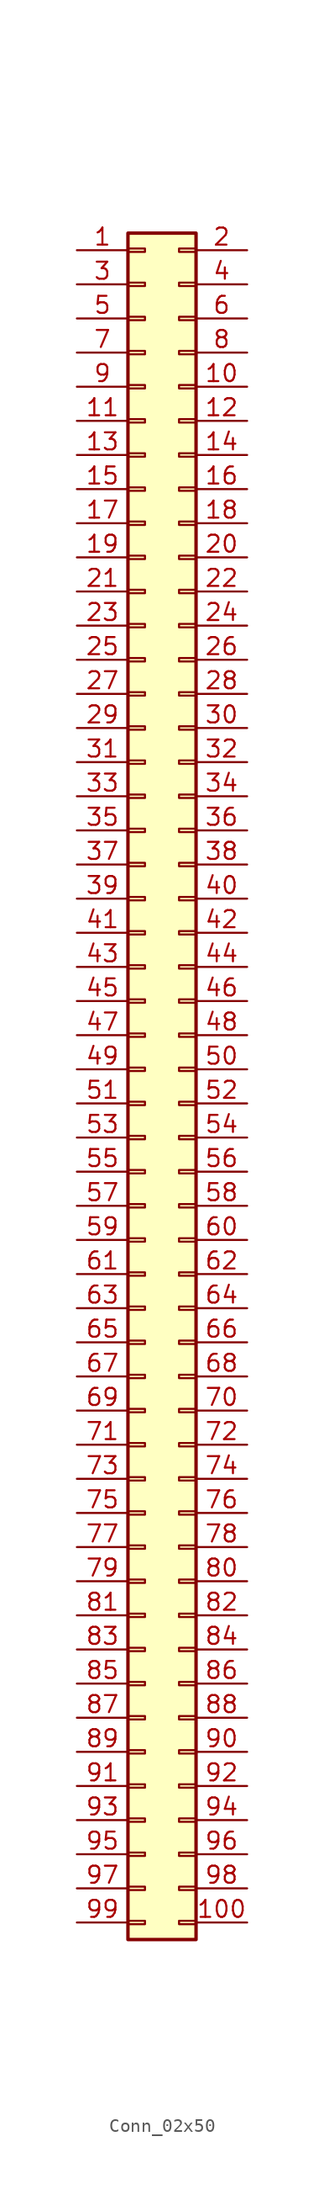
<source format=kicad_sym>
(kicad_symbol_lib
  (version 20241209)
  (generator "kicad_symbol_editor")
  (generator_version "9.0")
  (symbol "Conn_02x50"
    (pin_names
      (offset 1.016)
      (hide yes))
    (property "Reference" "J"
      (at 0 64.77 0)
      (effects (font (size 1.27 1.27)) (hide yes)))
    (symbol "Conn_02x50_0_1"
      (rectangle (start -2.54 63.5) (end 2.54 -63.5) (stroke (width 0.254) (type default)) (fill (type background))))
    (symbol "Conn_02x50_1_1"
      (rectangle (start -2.54 62.357) (end -1.27 62.103) (stroke (width 0.152) (type default)) (fill (type none)))
      (rectangle (start -2.54 59.817) (end -1.27 59.563) (stroke (width 0.152) (type default)) (fill (type none)))
      (rectangle (start -2.54 57.277) (end -1.27 57.023) (stroke (width 0.152) (type default)) (fill (type none)))
      (rectangle (start -2.54 54.737) (end -1.27 54.483) (stroke (width 0.152) (type default)) (fill (type none)))
      (rectangle (start -2.54 52.197) (end -1.27 51.943) (stroke (width 0.152) (type default)) (fill (type none)))
      (rectangle (start -2.54 49.657) (end -1.27 49.403) (stroke (width 0.152) (type default)) (fill (type none)))
      (rectangle (start -2.54 47.117) (end -1.27 46.863) (stroke (width 0.152) (type default)) (fill (type none)))
      (rectangle (start -2.54 44.577) (end -1.27 44.323) (stroke (width 0.152) (type default)) (fill (type none)))
      (rectangle (start -2.54 42.037) (end -1.27 41.783) (stroke (width 0.152) (type default)) (fill (type none)))
      (rectangle (start -2.54 39.497) (end -1.27 39.243) (stroke (width 0.152) (type default)) (fill (type none)))
      (rectangle (start -2.54 36.957) (end -1.27 36.703) (stroke (width 0.152) (type default)) (fill (type none)))
      (rectangle (start -2.54 34.417) (end -1.27 34.163) (stroke (width 0.152) (type default)) (fill (type none)))
      (rectangle (start -2.54 31.877) (end -1.27 31.623) (stroke (width 0.152) (type default)) (fill (type none)))
      (rectangle (start -2.54 29.337) (end -1.27 29.083) (stroke (width 0.152) (type default)) (fill (type none)))
      (rectangle (start -2.54 26.797) (end -1.27 26.543) (stroke (width 0.152) (type default)) (fill (type none)))
      (rectangle (start -2.54 24.257) (end -1.27 24.003) (stroke (width 0.152) (type default)) (fill (type none)))
      (rectangle (start -2.54 21.717) (end -1.27 21.463) (stroke (width 0.152) (type default)) (fill (type none)))
      (rectangle (start -2.54 19.177) (end -1.27 18.923) (stroke (width 0.152) (type default)) (fill (type none)))
      (rectangle (start -2.54 16.637) (end -1.27 16.383) (stroke (width 0.152) (type default)) (fill (type none)))
      (rectangle (start -2.54 14.097) (end -1.27 13.843) (stroke (width 0.152) (type default)) (fill (type none)))
      (rectangle (start -2.54 11.557) (end -1.27 11.303) (stroke (width 0.152) (type default)) (fill (type none)))
      (rectangle (start -2.54 9.017) (end -1.27 8.763) (stroke (width 0.152) (type default)) (fill (type none)))
      (rectangle (start -2.54 6.477) (end -1.27 6.223) (stroke (width 0.152) (type default)) (fill (type none)))
      (rectangle (start -2.54 3.937) (end -1.27 3.683) (stroke (width 0.152) (type default)) (fill (type none)))
      (rectangle (start -2.54 1.397) (end -1.27 1.143) (stroke (width 0.152) (type default)) (fill (type none)))
      (rectangle (start -2.54 -1.143) (end -1.27 -1.397) (stroke (width 0.152) (type default)) (fill (type none)))
      (rectangle (start -2.54 -3.683) (end -1.27 -3.937) (stroke (width 0.152) (type default)) (fill (type none)))
      (rectangle (start -2.54 -6.223) (end -1.27 -6.477) (stroke (width 0.152) (type default)) (fill (type none)))
      (rectangle (start -2.54 -8.763) (end -1.27 -9.017) (stroke (width 0.152) (type default)) (fill (type none)))
      (rectangle (start -2.54 -11.303) (end -1.27 -11.557) (stroke (width 0.152) (type default)) (fill (type none)))
      (rectangle (start -2.54 -13.843) (end -1.27 -14.097) (stroke (width 0.152) (type default)) (fill (type none)))
      (rectangle (start -2.54 -16.383) (end -1.27 -16.637) (stroke (width 0.152) (type default)) (fill (type none)))
      (rectangle (start -2.54 -18.923) (end -1.27 -19.177) (stroke (width 0.152) (type default)) (fill (type none)))
      (rectangle (start -2.54 -21.463) (end -1.27 -21.717) (stroke (width 0.152) (type default)) (fill (type none)))
      (rectangle (start -2.54 -24.003) (end -1.27 -24.257) (stroke (width 0.152) (type default)) (fill (type none)))
      (rectangle (start -2.54 -26.543) (end -1.27 -26.797) (stroke (width 0.152) (type default)) (fill (type none)))
      (rectangle (start -2.54 -29.083) (end -1.27 -29.337) (stroke (width 0.152) (type default)) (fill (type none)))
      (rectangle (start -2.54 -31.623) (end -1.27 -31.877) (stroke (width 0.152) (type default)) (fill (type none)))
      (rectangle (start -2.54 -34.163) (end -1.27 -34.417) (stroke (width 0.152) (type default)) (fill (type none)))
      (rectangle (start -2.54 -36.703) (end -1.27 -36.957) (stroke (width 0.152) (type default)) (fill (type none)))
      (rectangle (start -2.54 -39.243) (end -1.27 -39.497) (stroke (width 0.152) (type default)) (fill (type none)))
      (rectangle (start -2.54 -41.783) (end -1.27 -42.037) (stroke (width 0.152) (type default)) (fill (type none)))
      (rectangle (start -2.54 -44.323) (end -1.27 -44.577) (stroke (width 0.152) (type default)) (fill (type none)))
      (rectangle (start -2.54 -46.863) (end -1.27 -47.117) (stroke (width 0.152) (type default)) (fill (type none)))
      (rectangle (start -2.54 -49.403) (end -1.27 -49.657) (stroke (width 0.152) (type default)) (fill (type none)))
      (rectangle (start -2.54 -51.943) (end -1.27 -52.197) (stroke (width 0.152) (type default)) (fill (type none)))
      (rectangle (start -2.54 -54.483) (end -1.27 -54.737) (stroke (width 0.152) (type default)) (fill (type none)))
      (rectangle (start -2.54 -57.023) (end -1.27 -57.277) (stroke (width 0.152) (type default)) (fill (type none)))
      (rectangle (start -2.54 -59.563) (end -1.27 -59.817) (stroke (width 0.152) (type default)) (fill (type none)))
      (rectangle (start -2.54 -62.103) (end -1.27 -62.357) (stroke (width 0.152) (type default)) (fill (type none)))
      (rectangle (start 2.54 62.357) (end 1.27 62.103) (stroke (width 0.152) (type default)) (fill (type none)))
      (rectangle (start 2.54 59.817) (end 1.27 59.563) (stroke (width 0.152) (type default)) (fill (type none)))
      (rectangle (start 2.54 57.277) (end 1.27 57.023) (stroke (width 0.152) (type default)) (fill (type none)))
      (rectangle (start 2.54 54.737) (end 1.27 54.483) (stroke (width 0.152) (type default)) (fill (type none)))
      (rectangle (start 2.54 52.197) (end 1.27 51.943) (stroke (width 0.152) (type default)) (fill (type none)))
      (rectangle (start 2.54 49.657) (end 1.27 49.403) (stroke (width 0.152) (type default)) (fill (type none)))
      (rectangle (start 2.54 47.117) (end 1.27 46.863) (stroke (width 0.152) (type default)) (fill (type none)))
      (rectangle (start 2.54 44.577) (end 1.27 44.323) (stroke (width 0.152) (type default)) (fill (type none)))
      (rectangle (start 2.54 42.037) (end 1.27 41.783) (stroke (width 0.152) (type default)) (fill (type none)))
      (rectangle (start 2.54 39.497) (end 1.27 39.243) (stroke (width 0.152) (type default)) (fill (type none)))
      (rectangle (start 2.54 36.957) (end 1.27 36.703) (stroke (width 0.152) (type default)) (fill (type none)))
      (rectangle (start 2.54 34.417) (end 1.27 34.163) (stroke (width 0.152) (type default)) (fill (type none)))
      (rectangle (start 2.54 31.877) (end 1.27 31.623) (stroke (width 0.152) (type default)) (fill (type none)))
      (rectangle (start 2.54 29.337) (end 1.27 29.083) (stroke (width 0.152) (type default)) (fill (type none)))
      (rectangle (start 2.54 26.797) (end 1.27 26.543) (stroke (width 0.152) (type default)) (fill (type none)))
      (rectangle (start 2.54 24.257) (end 1.27 24.003) (stroke (width 0.152) (type default)) (fill (type none)))
      (rectangle (start 2.54 21.717) (end 1.27 21.463) (stroke (width 0.152) (type default)) (fill (type none)))
      (rectangle (start 2.54 19.177) (end 1.27 18.923) (stroke (width 0.152) (type default)) (fill (type none)))
      (rectangle (start 2.54 16.637) (end 1.27 16.383) (stroke (width 0.152) (type default)) (fill (type none)))
      (rectangle (start 2.54 14.097) (end 1.27 13.843) (stroke (width 0.152) (type default)) (fill (type none)))
      (rectangle (start 2.54 11.557) (end 1.27 11.303) (stroke (width 0.152) (type default)) (fill (type none)))
      (rectangle (start 2.54 9.017) (end 1.27 8.763) (stroke (width 0.152) (type default)) (fill (type none)))
      (rectangle (start 2.54 6.477) (end 1.27 6.223) (stroke (width 0.152) (type default)) (fill (type none)))
      (rectangle (start 2.54 3.937) (end 1.27 3.683) (stroke (width 0.152) (type default)) (fill (type none)))
      (rectangle (start 2.54 1.397) (end 1.27 1.143) (stroke (width 0.152) (type default)) (fill (type none)))
      (rectangle (start 2.54 -1.143) (end 1.27 -1.397) (stroke (width 0.152) (type default)) (fill (type none)))
      (rectangle (start 2.54 -3.683) (end 1.27 -3.937) (stroke (width 0.152) (type default)) (fill (type none)))
      (rectangle (start 2.54 -6.223) (end 1.27 -6.477) (stroke (width 0.152) (type default)) (fill (type none)))
      (rectangle (start 2.54 -8.763) (end 1.27 -9.017) (stroke (width 0.152) (type default)) (fill (type none)))
      (rectangle (start 2.54 -11.303) (end 1.27 -11.557) (stroke (width 0.152) (type default)) (fill (type none)))
      (rectangle (start 2.54 -13.843) (end 1.27 -14.097) (stroke (width 0.152) (type default)) (fill (type none)))
      (rectangle (start 2.54 -16.383) (end 1.27 -16.637) (stroke (width 0.152) (type default)) (fill (type none)))
      (rectangle (start 2.54 -18.923) (end 1.27 -19.177) (stroke (width 0.152) (type default)) (fill (type none)))
      (rectangle (start 2.54 -21.463) (end 1.27 -21.717) (stroke (width 0.152) (type default)) (fill (type none)))
      (rectangle (start 2.54 -24.003) (end 1.27 -24.257) (stroke (width 0.152) (type default)) (fill (type none)))
      (rectangle (start 2.54 -26.543) (end 1.27 -26.797) (stroke (width 0.152) (type default)) (fill (type none)))
      (rectangle (start 2.54 -29.083) (end 1.27 -29.337) (stroke (width 0.152) (type default)) (fill (type none)))
      (rectangle (start 2.54 -31.623) (end 1.27 -31.877) (stroke (width 0.152) (type default)) (fill (type none)))
      (rectangle (start 2.54 -34.163) (end 1.27 -34.417) (stroke (width 0.152) (type default)) (fill (type none)))
      (rectangle (start 2.54 -36.703) (end 1.27 -36.957) (stroke (width 0.152) (type default)) (fill (type none)))
      (rectangle (start 2.54 -39.243) (end 1.27 -39.497) (stroke (width 0.152) (type default)) (fill (type none)))
      (rectangle (start 2.54 -41.783) (end 1.27 -42.037) (stroke (width 0.152) (type default)) (fill (type none)))
      (rectangle (start 2.54 -44.323) (end 1.27 -44.577) (stroke (width 0.152) (type default)) (fill (type none)))
      (rectangle (start 2.54 -46.863) (end 1.27 -47.117) (stroke (width 0.152) (type default)) (fill (type none)))
      (rectangle (start 2.54 -49.403) (end 1.27 -49.657) (stroke (width 0.152) (type default)) (fill (type none)))
      (rectangle (start 2.54 -51.943) (end 1.27 -52.197) (stroke (width 0.152) (type default)) (fill (type none)))
      (rectangle (start 2.54 -54.483) (end 1.27 -54.737) (stroke (width 0.152) (type default)) (fill (type none)))
      (rectangle (start 2.54 -57.023) (end 1.27 -57.277) (stroke (width 0.152) (type default)) (fill (type none)))
      (rectangle (start 2.54 -59.563) (end 1.27 -59.817) (stroke (width 0.152) (type default)) (fill (type none)))
      (rectangle (start 2.54 -62.103) (end 1.27 -62.357) (stroke (width 0.152) (type default)) (fill (type none)))
      (pin passive line (at -6.35 62.23 0) (length 3.81) (name "Pin_1" (effects (font (size 1.27 1.27)))) (number "1" (effects (font (size 1.27 1.27)))))
      (pin passive line (at -6.35 59.69 0) (length 3.81) (name "Pin_3" (effects (font (size 1.27 1.27)))) (number "3" (effects (font (size 1.27 1.27)))))
      (pin passive line (at -6.35 57.15 0) (length 3.81) (name "Pin_5" (effects (font (size 1.27 1.27)))) (number "5" (effects (font (size 1.27 1.27)))))
      (pin passive line (at -6.35 54.61 0) (length 3.81) (name "Pin_7" (effects (font (size 1.27 1.27)))) (number "7" (effects (font (size 1.27 1.27)))))
      (pin passive line (at -6.35 52.07 0) (length 3.81) (name "Pin_9" (effects (font (size 1.27 1.27)))) (number "9" (effects (font (size 1.27 1.27)))))
      (pin passive line (at -6.35 49.53 0) (length 3.81) (name "Pin_11" (effects (font (size 1.27 1.27)))) (number "11" (effects (font (size 1.27 1.27)))))
      (pin passive line (at -6.35 46.99 0) (length 3.81) (name "Pin_13" (effects (font (size 1.27 1.27)))) (number "13" (effects (font (size 1.27 1.27)))))
      (pin passive line (at -6.35 44.45 0) (length 3.81) (name "Pin_15" (effects (font (size 1.27 1.27)))) (number "15" (effects (font (size 1.27 1.27)))))
      (pin passive line (at -6.35 41.91 0) (length 3.81) (name "Pin_17" (effects (font (size 1.27 1.27)))) (number "17" (effects (font (size 1.27 1.27)))))
      (pin passive line (at -6.35 39.37 0) (length 3.81) (name "Pin_19" (effects (font (size 1.27 1.27)))) (number "19" (effects (font (size 1.27 1.27)))))
      (pin passive line (at -6.35 36.83 0) (length 3.81) (name "Pin_21" (effects (font (size 1.27 1.27)))) (number "21" (effects (font (size 1.27 1.27)))))
      (pin passive line (at -6.35 34.29 0) (length 3.81) (name "Pin_23" (effects (font (size 1.27 1.27)))) (number "23" (effects (font (size 1.27 1.27)))))
      (pin passive line (at -6.35 31.75 0) (length 3.81) (name "Pin_25" (effects (font (size 1.27 1.27)))) (number "25" (effects (font (size 1.27 1.27)))))
      (pin passive line (at -6.35 29.21 0) (length 3.81) (name "Pin_27" (effects (font (size 1.27 1.27)))) (number "27" (effects (font (size 1.27 1.27)))))
      (pin passive line (at -6.35 26.67 0) (length 3.81) (name "Pin_29" (effects (font (size 1.27 1.27)))) (number "29" (effects (font (size 1.27 1.27)))))
      (pin passive line (at -6.35 24.13 0) (length 3.81) (name "Pin_31" (effects (font (size 1.27 1.27)))) (number "31" (effects (font (size 1.27 1.27)))))
      (pin passive line (at -6.35 21.59 0) (length 3.81) (name "Pin_33" (effects (font (size 1.27 1.27)))) (number "33" (effects (font (size 1.27 1.27)))))
      (pin passive line (at -6.35 19.05 0) (length 3.81) (name "Pin_35" (effects (font (size 1.27 1.27)))) (number "35" (effects (font (size 1.27 1.27)))))
      (pin passive line (at -6.35 16.51 0) (length 3.81) (name "Pin_37" (effects (font (size 1.27 1.27)))) (number "37" (effects (font (size 1.27 1.27)))))
      (pin passive line (at -6.35 13.97 0) (length 3.81) (name "Pin_39" (effects (font (size 1.27 1.27)))) (number "39" (effects (font (size 1.27 1.27)))))
      (pin passive line (at -6.35 11.43 0) (length 3.81) (name "Pin_41" (effects (font (size 1.27 1.27)))) (number "41" (effects (font (size 1.27 1.27)))))
      (pin passive line (at -6.35 8.89 0) (length 3.81) (name "Pin_43" (effects (font (size 1.27 1.27)))) (number "43" (effects (font (size 1.27 1.27)))))
      (pin passive line (at -6.35 6.35 0) (length 3.81) (name "Pin_45" (effects (font (size 1.27 1.27)))) (number "45" (effects (font (size 1.27 1.27)))))
      (pin passive line (at -6.35 3.81 0) (length 3.81) (name "Pin_47" (effects (font (size 1.27 1.27)))) (number "47" (effects (font (size 1.27 1.27)))))
      (pin passive line (at -6.35 1.27 0) (length 3.81) (name "Pin_49" (effects (font (size 1.27 1.27)))) (number "49" (effects (font (size 1.27 1.27)))))
      (pin passive line (at -6.35 -1.27 0) (length 3.81) (name "Pin_51" (effects (font (size 1.27 1.27)))) (number "51" (effects (font (size 1.27 1.27)))))
      (pin passive line (at -6.35 -3.81 0) (length 3.81) (name "Pin_53" (effects (font (size 1.27 1.27)))) (number "53" (effects (font (size 1.27 1.27)))))
      (pin passive line (at -6.35 -6.35 0) (length 3.81) (name "Pin_55" (effects (font (size 1.27 1.27)))) (number "55" (effects (font (size 1.27 1.27)))))
      (pin passive line (at -6.35 -8.89 0) (length 3.81) (name "Pin_57" (effects (font (size 1.27 1.27)))) (number "57" (effects (font (size 1.27 1.27)))))
      (pin passive line (at -6.35 -11.43 0) (length 3.81) (name "Pin_59" (effects (font (size 1.27 1.27)))) (number "59" (effects (font (size 1.27 1.27)))))
      (pin passive line (at -6.35 -13.97 0) (length 3.81) (name "Pin_61" (effects (font (size 1.27 1.27)))) (number "61" (effects (font (size 1.27 1.27)))))
      (pin passive line (at -6.35 -16.51 0) (length 3.81) (name "Pin_63" (effects (font (size 1.27 1.27)))) (number "63" (effects (font (size 1.27 1.27)))))
      (pin passive line (at -6.35 -19.05 0) (length 3.81) (name "Pin_65" (effects (font (size 1.27 1.27)))) (number "65" (effects (font (size 1.27 1.27)))))
      (pin passive line (at -6.35 -21.59 0) (length 3.81) (name "Pin_67" (effects (font (size 1.27 1.27)))) (number "67" (effects (font (size 1.27 1.27)))))
      (pin passive line (at -6.35 -24.13 0) (length 3.81) (name "Pin_69" (effects (font (size 1.27 1.27)))) (number "69" (effects (font (size 1.27 1.27)))))
      (pin passive line (at -6.35 -26.67 0) (length 3.81) (name "Pin_71" (effects (font (size 1.27 1.27)))) (number "71" (effects (font (size 1.27 1.27)))))
      (pin passive line (at -6.35 -29.21 0) (length 3.81) (name "Pin_73" (effects (font (size 1.27 1.27)))) (number "73" (effects (font (size 1.27 1.27)))))
      (pin passive line (at -6.35 -31.75 0) (length 3.81) (name "Pin_75" (effects (font (size 1.27 1.27)))) (number "75" (effects (font (size 1.27 1.27)))))
      (pin passive line (at -6.35 -34.29 0) (length 3.81) (name "Pin_77" (effects (font (size 1.27 1.27)))) (number "77" (effects (font (size 1.27 1.27)))))
      (pin passive line (at -6.35 -36.83 0) (length 3.81) (name "Pin_79" (effects (font (size 1.27 1.27)))) (number "79" (effects (font (size 1.27 1.27)))))
      (pin passive line (at -6.35 -39.37 0) (length 3.81) (name "Pin_81" (effects (font (size 1.27 1.27)))) (number "81" (effects (font (size 1.27 1.27)))))
      (pin passive line (at -6.35 -41.91 0) (length 3.81) (name "Pin_83" (effects (font (size 1.27 1.27)))) (number "83" (effects (font (size 1.27 1.27)))))
      (pin passive line (at -6.35 -44.45 0) (length 3.81) (name "Pin_85" (effects (font (size 1.27 1.27)))) (number "85" (effects (font (size 1.27 1.27)))))
      (pin passive line (at -6.35 -46.99 0) (length 3.81) (name "Pin_87" (effects (font (size 1.27 1.27)))) (number "87" (effects (font (size 1.27 1.27)))))
      (pin passive line (at -6.35 -49.53 0) (length 3.81) (name "Pin_89" (effects (font (size 1.27 1.27)))) (number "89" (effects (font (size 1.27 1.27)))))
      (pin passive line (at -6.35 -52.07 0) (length 3.81) (name "Pin_91" (effects (font (size 1.27 1.27)))) (number "91" (effects (font (size 1.27 1.27)))))
      (pin passive line (at -6.35 -54.61 0) (length 3.81) (name "Pin_93" (effects (font (size 1.27 1.27)))) (number "93" (effects (font (size 1.27 1.27)))))
      (pin passive line (at -6.35 -57.15 0) (length 3.81) (name "Pin_95" (effects (font (size 1.27 1.27)))) (number "95" (effects (font (size 1.27 1.27)))))
      (pin passive line (at -6.35 -59.69 0) (length 3.81) (name "Pin_97" (effects (font (size 1.27 1.27)))) (number "97" (effects (font (size 1.27 1.27)))))
      (pin passive line (at -6.35 -62.23 0) (length 3.81) (name "Pin_99" (effects (font (size 1.27 1.27)))) (number "99" (effects (font (size 1.27 1.27)))))
      (pin passive line (at 6.35 62.23 180) (length 3.81) (name "Pin_2" (effects (font (size 1.27 1.27)))) (number "2" (effects (font (size 1.27 1.27)))))
      (pin passive line (at 6.35 59.69 180) (length 3.81) (name "Pin_4" (effects (font (size 1.27 1.27)))) (number "4" (effects (font (size 1.27 1.27)))))
      (pin passive line (at 6.35 57.15 180) (length 3.81) (name "Pin_6" (effects (font (size 1.27 1.27)))) (number "6" (effects (font (size 1.27 1.27)))))
      (pin passive line (at 6.35 54.61 180) (length 3.81) (name "Pin_8" (effects (font (size 1.27 1.27)))) (number "8" (effects (font (size 1.27 1.27)))))
      (pin passive line (at 6.35 52.07 180) (length 3.81) (name "Pin_10" (effects (font (size 1.27 1.27)))) (number "10" (effects (font (size 1.27 1.27)))))
      (pin passive line (at 6.35 49.53 180) (length 3.81) (name "Pin_12" (effects (font (size 1.27 1.27)))) (number "12" (effects (font (size 1.27 1.27)))))
      (pin passive line (at 6.35 46.99 180) (length 3.81) (name "Pin_14" (effects (font (size 1.27 1.27)))) (number "14" (effects (font (size 1.27 1.27)))))
      (pin passive line (at 6.35 44.45 180) (length 3.81) (name "Pin_16" (effects (font (size 1.27 1.27)))) (number "16" (effects (font (size 1.27 1.27)))))
      (pin passive line (at 6.35 41.91 180) (length 3.81) (name "Pin_18" (effects (font (size 1.27 1.27)))) (number "18" (effects (font (size 1.27 1.27)))))
      (pin passive line (at 6.35 39.37 180) (length 3.81) (name "Pin_20" (effects (font (size 1.27 1.27)))) (number "20" (effects (font (size 1.27 1.27)))))
      (pin passive line (at 6.35 36.83 180) (length 3.81) (name "Pin_22" (effects (font (size 1.27 1.27)))) (number "22" (effects (font (size 1.27 1.27)))))
      (pin passive line (at 6.35 34.29 180) (length 3.81) (name "Pin_24" (effects (font (size 1.27 1.27)))) (number "24" (effects (font (size 1.27 1.27)))))
      (pin passive line (at 6.35 31.75 180) (length 3.81) (name "Pin_26" (effects (font (size 1.27 1.27)))) (number "26" (effects (font (size 1.27 1.27)))))
      (pin passive line (at 6.35 29.21 180) (length 3.81) (name "Pin_28" (effects (font (size 1.27 1.27)))) (number "28" (effects (font (size 1.27 1.27)))))
      (pin passive line (at 6.35 26.67 180) (length 3.81) (name "Pin_30" (effects (font (size 1.27 1.27)))) (number "30" (effects (font (size 1.27 1.27)))))
      (pin passive line (at 6.35 24.13 180) (length 3.81) (name "Pin_32" (effects (font (size 1.27 1.27)))) (number "32" (effects (font (size 1.27 1.27)))))
      (pin passive line (at 6.35 21.59 180) (length 3.81) (name "Pin_34" (effects (font (size 1.27 1.27)))) (number "34" (effects (font (size 1.27 1.27)))))
      (pin passive line (at 6.35 19.05 180) (length 3.81) (name "Pin_36" (effects (font (size 1.27 1.27)))) (number "36" (effects (font (size 1.27 1.27)))))
      (pin passive line (at 6.35 16.51 180) (length 3.81) (name "Pin_38" (effects (font (size 1.27 1.27)))) (number "38" (effects (font (size 1.27 1.27)))))
      (pin passive line (at 6.35 13.97 180) (length 3.81) (name "Pin_40" (effects (font (size 1.27 1.27)))) (number "40" (effects (font (size 1.27 1.27)))))
      (pin passive line (at 6.35 11.43 180) (length 3.81) (name "Pin_42" (effects (font (size 1.27 1.27)))) (number "42" (effects (font (size 1.27 1.27)))))
      (pin passive line (at 6.35 8.89 180) (length 3.81) (name "Pin_44" (effects (font (size 1.27 1.27)))) (number "44" (effects (font (size 1.27 1.27)))))
      (pin passive line (at 6.35 6.35 180) (length 3.81) (name "Pin_46" (effects (font (size 1.27 1.27)))) (number "46" (effects (font (size 1.27 1.27)))))
      (pin passive line (at 6.35 3.81 180) (length 3.81) (name "Pin_48" (effects (font (size 1.27 1.27)))) (number "48" (effects (font (size 1.27 1.27)))))
      (pin passive line (at 6.35 1.27 180) (length 3.81) (name "Pin_50" (effects (font (size 1.27 1.27)))) (number "50" (effects (font (size 1.27 1.27)))))
      (pin passive line (at 6.35 -1.27 180) (length 3.81) (name "Pin_52" (effects (font (size 1.27 1.27)))) (number "52" (effects (font (size 1.27 1.27)))))
      (pin passive line (at 6.35 -3.81 180) (length 3.81) (name "Pin_54" (effects (font (size 1.27 1.27)))) (number "54" (effects (font (size 1.27 1.27)))))
      (pin passive line (at 6.35 -6.35 180) (length 3.81) (name "Pin_56" (effects (font (size 1.27 1.27)))) (number "56" (effects (font (size 1.27 1.27)))))
      (pin passive line (at 6.35 -8.89 180) (length 3.81) (name "Pin_58" (effects (font (size 1.27 1.27)))) (number "58" (effects (font (size 1.27 1.27)))))
      (pin passive line (at 6.35 -11.43 180) (length 3.81) (name "Pin_60" (effects (font (size 1.27 1.27)))) (number "60" (effects (font (size 1.27 1.27)))))
      (pin passive line (at 6.35 -13.97 180) (length 3.81) (name "Pin_62" (effects (font (size 1.27 1.27)))) (number "62" (effects (font (size 1.27 1.27)))))
      (pin passive line (at 6.35 -16.51 180) (length 3.81) (name "Pin_64" (effects (font (size 1.27 1.27)))) (number "64" (effects (font (size 1.27 1.27)))))
      (pin passive line (at 6.35 -19.05 180) (length 3.81) (name "Pin_66" (effects (font (size 1.27 1.27)))) (number "66" (effects (font (size 1.27 1.27)))))
      (pin passive line (at 6.35 -21.59 180) (length 3.81) (name "Pin_68" (effects (font (size 1.27 1.27)))) (number "68" (effects (font (size 1.27 1.27)))))
      (pin passive line (at 6.35 -24.13 180) (length 3.81) (name "Pin_70" (effects (font (size 1.27 1.27)))) (number "70" (effects (font (size 1.27 1.27)))))
      (pin passive line (at 6.35 -26.67 180) (length 3.81) (name "Pin_72" (effects (font (size 1.27 1.27)))) (number "72" (effects (font (size 1.27 1.27)))))
      (pin passive line (at 6.35 -29.21 180) (length 3.81) (name "Pin_74" (effects (font (size 1.27 1.27)))) (number "74" (effects (font (size 1.27 1.27)))))
      (pin passive line (at 6.35 -31.75 180) (length 3.81) (name "Pin_76" (effects (font (size 1.27 1.27)))) (number "76" (effects (font (size 1.27 1.27)))))
      (pin passive line (at 6.35 -34.29 180) (length 3.81) (name "Pin_78" (effects (font (size 1.27 1.27)))) (number "78" (effects (font (size 1.27 1.27)))))
      (pin passive line (at 6.35 -36.83 180) (length 3.81) (name "Pin_80" (effects (font (size 1.27 1.27)))) (number "80" (effects (font (size 1.27 1.27)))))
      (pin passive line (at 6.35 -39.37 180) (length 3.81) (name "Pin_82" (effects (font (size 1.27 1.27)))) (number "82" (effects (font (size 1.27 1.27)))))
      (pin passive line (at 6.35 -41.91 180) (length 3.81) (name "Pin_84" (effects (font (size 1.27 1.27)))) (number "84" (effects (font (size 1.27 1.27)))))
      (pin passive line (at 6.35 -44.45 180) (length 3.81) (name "Pin_86" (effects (font (size 1.27 1.27)))) (number "86" (effects (font (size 1.27 1.27)))))
      (pin passive line (at 6.35 -46.99 180) (length 3.81) (name "Pin_88" (effects (font (size 1.27 1.27)))) (number "88" (effects (font (size 1.27 1.27)))))
      (pin passive line (at 6.35 -49.53 180) (length 3.81) (name "Pin_90" (effects (font (size 1.27 1.27)))) (number "90" (effects (font (size 1.27 1.27)))))
      (pin passive line (at 6.35 -52.07 180) (length 3.81) (name "Pin_92" (effects (font (size 1.27 1.27)))) (number "92" (effects (font (size 1.27 1.27)))))
      (pin passive line (at 6.35 -54.61 180) (length 3.81) (name "Pin_94" (effects (font (size 1.27 1.27)))) (number "94" (effects (font (size 1.27 1.27)))))
      (pin passive line (at 6.35 -57.15 180) (length 3.81) (name "Pin_96" (effects (font (size 1.27 1.27)))) (number "96" (effects (font (size 1.27 1.27)))))
      (pin passive line (at 6.35 -59.69 180) (length 3.81) (name "Pin_98" (effects (font (size 1.27 1.27)))) (number "98" (effects (font (size 1.27 1.27)))))
      (pin passive line (at 6.35 -62.23 180) (length 3.81) (name "Pin_100" (effects (font (size 1.27 1.27)))) (number "100" (effects (font (size 1.27 1.27))))))))
</source>
